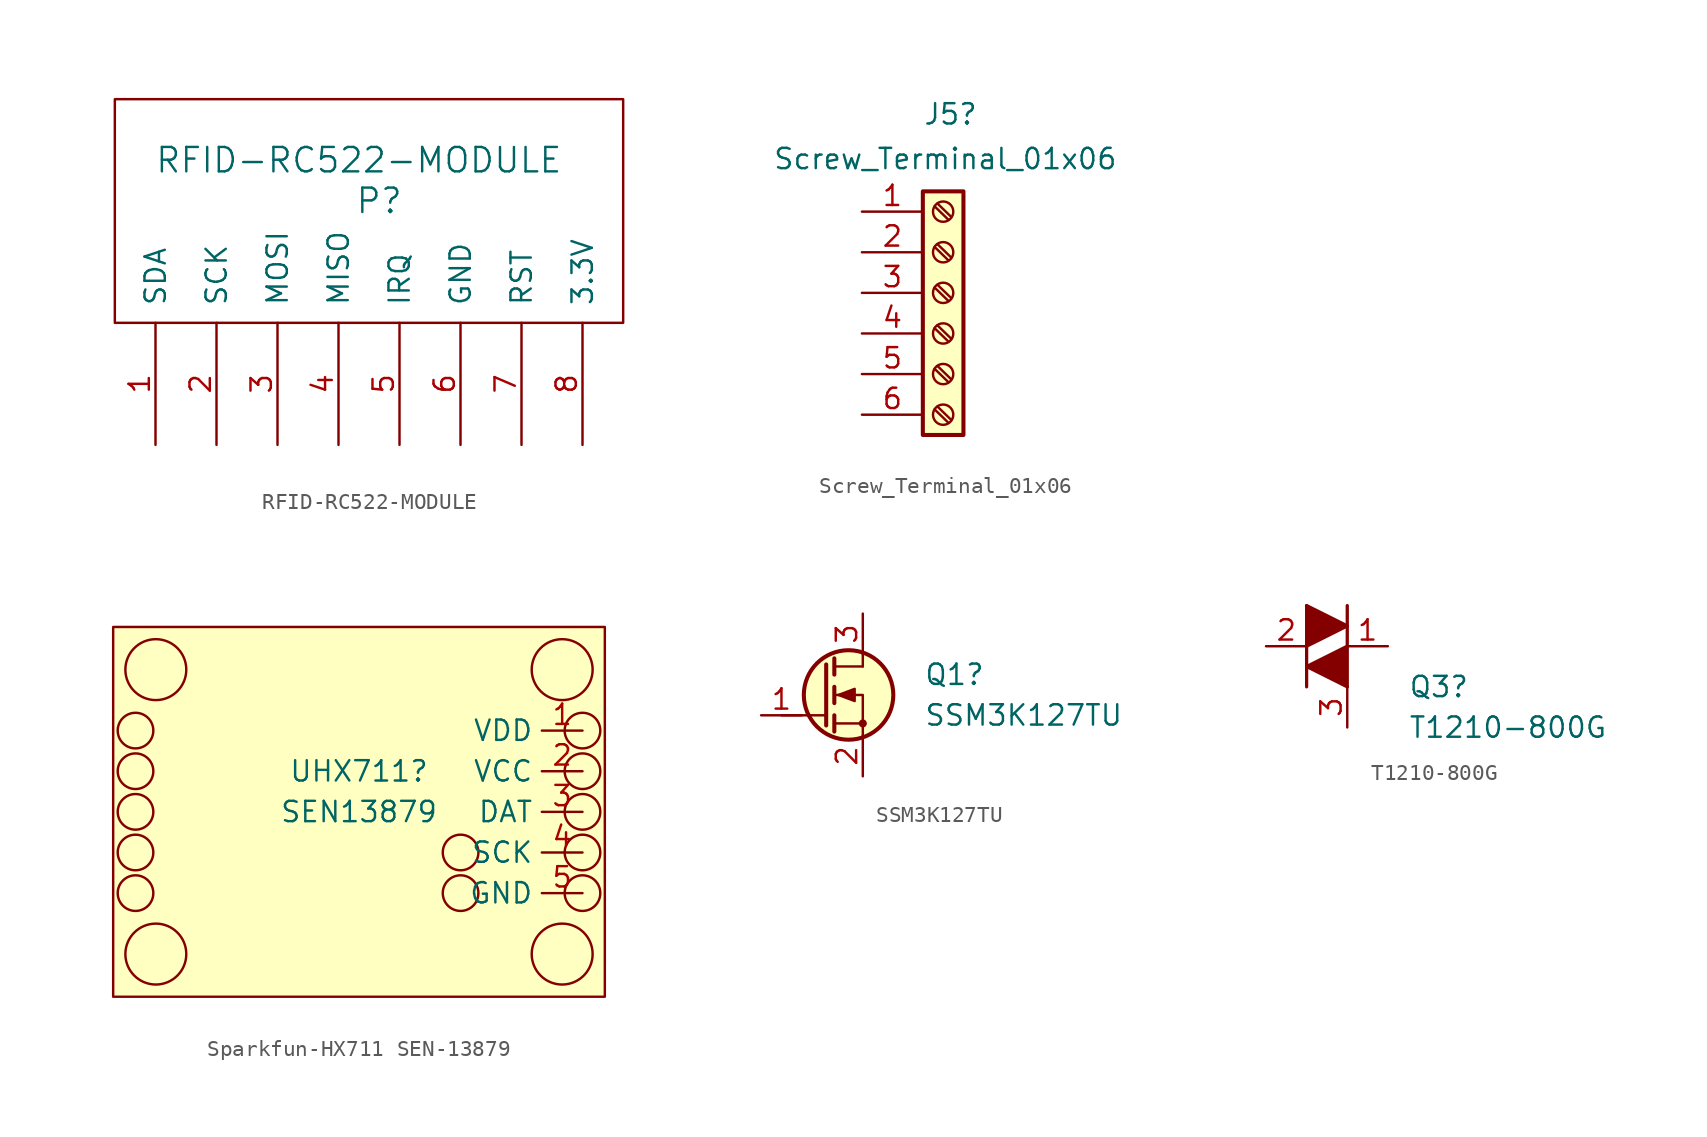
<source format=kicad_sym>
(kicad_symbol_lib
  (version 20231120)
  (generator "kicad_symbol_editor")
  (generator_version "8.0")
  (symbol "RFID-RC522-MODULE"
    (pin_names
      (offset 1.016))
    (property "Reference" "P"
      (at 0 1.27 0)
      (effects (font (size 1.524 1.524))))
    (property "Value" "RFID-RC522-MODULE"
      (at -1.27 3.81 0)
      (effects (font (size 1.524 1.524))))
    (property "Footprint" ""
      (at 0 0 0)
      (effects (font (size 1.524 1.524))))
    (property "Datasheet" ""
      (at 0 0 0)
      (effects (font (size 1.524 1.524))))
    (symbol "RFID-RC522-MODULE_0_1"
      (rectangle (start -16.51 7.62) (end 15.24 -6.35) (stroke (width 0) (type solid)) (fill (type none))))
    (symbol "RFID-RC522-MODULE_1_1"
      (pin bidirectional line (at -13.97 -13.97 90) (length 7.62) (name "SDA" (effects (font (size 1.27 1.27)))) (number "1" (effects (font (size 1.27 1.27)))))
      (pin input line (at -10.16 -13.97 90) (length 7.62) (name "SCK" (effects (font (size 1.27 1.27)))) (number "2" (effects (font (size 1.27 1.27)))))
      (pin input line (at -6.35 -13.97 90) (length 7.62) (name "MOSI" (effects (font (size 1.27 1.27)))) (number "3" (effects (font (size 1.27 1.27)))))
      (pin tri_state line (at -2.54 -13.97 90) (length 7.62) (name "MISO" (effects (font (size 1.27 1.27)))) (number "4" (effects (font (size 1.27 1.27)))))
      (pin output line (at 1.27 -13.97 90) (length 7.62) (name "IRQ" (effects (font (size 1.27 1.27)))) (number "5" (effects (font (size 1.27 1.27)))))
      (pin power_in line (at 5.08 -13.97 90) (length 7.62) (name "GND" (effects (font (size 1.27 1.27)))) (number "6" (effects (font (size 1.27 1.27)))))
      (pin input line (at 8.89 -13.97 90) (length 7.62) (name "RST" (effects (font (size 1.27 1.27)))) (number "7" (effects (font (size 1.27 1.27)))))
      (pin power_in line (at 12.7 -13.97 90) (length 7.62) (name "3.3V" (effects (font (size 1.27 1.27)))) (number "8" (effects (font (size 1.27 1.27)))))))
  (symbol "Screw_Terminal_01x06"
    (pin_names
      (offset 1.016) hide)
    (property "Reference" "J5"
      (at -1.27 11.176 0)
      (effects (font (size 1.27 1.27)) (justify left)))
    (property "Value" "Screw_Terminal_01x06"
      (at -10.668 8.382 0)
      (effects (font (size 1.27 1.27)) (justify left)))
    (symbol "Screw_Terminal_01x06_1_1"
      (rectangle (start -1.27 6.35) (end 1.27 -8.89) (stroke (width 0.254) (type default)) (fill (type background)))
      (circle (center 0 -7.62) (radius 0.635) (stroke (width 0.152) (type default)) (fill (type none)))
      (circle (center 0 -5.08) (radius 0.635) (stroke (width 0.152) (type default)) (fill (type none)))
      (circle (center 0 -2.54) (radius 0.635) (stroke (width 0.152) (type default)) (fill (type none)))
      (polyline (pts (xy -0.533 -7.29) (xy 0.33 -8.128)) (stroke (width 0.152) (type default)) (fill (type none)))
      (polyline (pts (xy -0.533 -4.75) (xy 0.33 -5.588)) (stroke (width 0.152) (type default)) (fill (type none)))
      (polyline (pts (xy -0.533 -2.21) (xy 0.33 -3.048)) (stroke (width 0.152) (type default)) (fill (type none)))
      (polyline (pts (xy -0.533 0.33) (xy 0.33 -0.508)) (stroke (width 0.152) (type default)) (fill (type none)))
      (polyline (pts (xy -0.533 2.87) (xy 0.33 2.032)) (stroke (width 0.152) (type default)) (fill (type none)))
      (polyline (pts (xy -0.533 5.41) (xy 0.33 4.572)) (stroke (width 0.152) (type default)) (fill (type none)))
      (polyline (pts (xy -0.356 -7.112) (xy 0.508 -7.95)) (stroke (width 0.152) (type default)) (fill (type none)))
      (polyline (pts (xy -0.356 -4.572) (xy 0.508 -5.41)) (stroke (width 0.152) (type default)) (fill (type none)))
      (polyline (pts (xy -0.356 -2.032) (xy 0.508 -2.87)) (stroke (width 0.152) (type default)) (fill (type none)))
      (polyline (pts (xy -0.356 0.508) (xy 0.508 -0.33)) (stroke (width 0.152) (type default)) (fill (type none)))
      (polyline (pts (xy -0.356 3.048) (xy 0.508 2.21)) (stroke (width 0.152) (type default)) (fill (type none)))
      (polyline (pts (xy -0.356 5.588) (xy 0.508 4.75)) (stroke (width 0.152) (type default)) (fill (type none)))
      (circle (center 0 0) (radius 0.635) (stroke (width 0.152) (type default)) (fill (type none)))
      (circle (center 0 2.54) (radius 0.635) (stroke (width 0.152) (type default)) (fill (type none)))
      (circle (center 0 5.08) (radius 0.635) (stroke (width 0.152) (type default)) (fill (type none)))
      (pin passive line (at -5.08 5.08 0) (length 3.81) (name "Pin_1" (effects (font (size 1.27 1.27)))) (number "1" (effects (font (size 1.27 1.27)))))
      (pin passive line (at -5.08 2.54 0) (length 3.81) (name "Pin_2" (effects (font (size 1.27 1.27)))) (number "2" (effects (font (size 1.27 1.27)))))
      (pin passive line (at -5.08 0 0) (length 3.81) (name "Pin_3" (effects (font (size 1.27 1.27)))) (number "3" (effects (font (size 1.27 1.27)))))
      (pin passive line (at -5.08 -2.54 0) (length 3.81) (name "Pin_4" (effects (font (size 1.27 1.27)))) (number "4" (effects (font (size 1.27 1.27)))))
      (pin passive line (at -5.08 -5.08 0) (length 3.81) (name "Pin_5" (effects (font (size 1.27 1.27)))) (number "5" (effects (font (size 1.27 1.27)))))
      (pin passive line (at -5.08 -7.62 0) (length 3.81) (name "Pin_6" (effects (font (size 1.27 1.27)))) (number "6" (effects (font (size 1.27 1.27)))))))
  (symbol "Sparkfun-HX711 SEN-13879"
    (property "Reference" "UHX711"
      (at 0 2.54 0)
      (effects (font (size 1.27 1.27))))
    (property "Value" "SEN13879"
      (at 0 0 0)
      (effects (font (size 1.27 1.27))))
    (symbol "Sparkfun-HX711 SEN-13879_0_1"
      (rectangle (start -15.367 11.557) (end 15.367 -11.557) (stroke (width 0) (type default)) (fill (type background)))
      (circle (center -13.97 -5.08) (radius 1.113) (stroke (width 0) (type default)) (fill (type none)))
      (circle (center -13.97 -2.54) (radius 1.113) (stroke (width 0) (type default)) (fill (type none)))
      (circle (center -13.97 0) (radius 1.113) (stroke (width 0) (type default)) (fill (type none)))
      (circle (center -13.97 2.54) (radius 1.113) (stroke (width 0) (type default)) (fill (type none)))
      (circle (center -13.97 5.08) (radius 1.113) (stroke (width 0) (type default)) (fill (type none)))
      (circle (center -12.7 -8.89) (radius 1.904) (stroke (width 0) (type default)) (fill (type none)))
      (circle (center -12.7 8.89) (radius 1.904) (stroke (width 0) (type default)) (fill (type none)))
      (circle (center 6.35 -5.08) (radius 1.113) (stroke (width 0) (type default)) (fill (type none)))
      (circle (center 6.35 -2.54) (radius 1.113) (stroke (width 0) (type default)) (fill (type none)))
      (circle (center 12.7 -8.89) (radius 1.904) (stroke (width 0) (type default)) (fill (type none)))
      (circle (center 12.7 8.89) (radius 1.904) (stroke (width 0) (type default)) (fill (type none)))
      (circle (center 13.97 -5.08) (radius 1.113) (stroke (width 0) (type default)) (fill (type none)))
      (circle (center 13.97 -2.54) (radius 1.113) (stroke (width 0) (type default)) (fill (type none)))
      (circle (center 13.97 0) (radius 1.113) (stroke (width 0) (type default)) (fill (type none)))
      (circle (center 13.97 2.54) (radius 1.113) (stroke (width 0) (type default)) (fill (type none)))
      (circle (center 13.97 5.08) (radius 1.113) (stroke (width 0) (type default)) (fill (type none))))
    (symbol "Sparkfun-HX711 SEN-13879_1_0"
      (pin power_in line (at 13.97 5.08 180) (length 2.54) (name "VDD" (effects (font (size 1.27 1.27)))) (number "1" (effects (font (size 1.27 1.27)))))
      (pin power_in line (at 13.97 2.54 180) (length 2.54) (name "VCC" (effects (font (size 1.27 1.27)))) (number "2" (effects (font (size 1.27 1.27)))))
      (pin output line (at 13.97 0 180) (length 2.54) (name "DAT" (effects (font (size 1.27 1.27)))) (number "3" (effects (font (size 1.27 1.27)))))
      (pin input line (at 13.97 -2.54 180) (length 2.54) (name "SCK" (effects (font (size 1.27 1.27)))) (number "4" (effects (font (size 1.27 1.27)))))
      (pin power_out line (at 13.97 -5.08 180) (length 2.54) (name "GND" (effects (font (size 1.27 1.27)))) (number "5" (effects (font (size 1.27 1.27)))))))
  (symbol "SSM3K127TU"
    (pin_names hide)
    (property "Reference" "Q1"
      (at 6.35 1.27 0)
      (effects (font (size 1.27 1.27)) (justify left)))
    (property "Value" "SSM3K127TU"
      (at 6.35 -1.27 0)
      (effects (font (size 1.27 1.27)) (justify left)))
    (symbol "SSM3K127TU_0_1"
      (polyline (pts (xy 0.254 -1.27) (xy -2.54 -1.27)) (stroke (width 0) (type default)) (fill (type none)))
      (polyline (pts (xy 0.254 1.905) (xy 0.254 -1.905)) (stroke (width 0.254) (type default)) (fill (type none)))
      (polyline (pts (xy 0.762 -1.778) (xy 2.54 -1.778)) (stroke (width 0) (type default)) (fill (type none)))
      (polyline (pts (xy 0.762 -1.27) (xy 0.762 -2.286)) (stroke (width 0.254) (type default)) (fill (type none)))
      (polyline (pts (xy 0.762 0.508) (xy 0.762 -0.508)) (stroke (width 0.254) (type default)) (fill (type none)))
      (polyline (pts (xy 0.762 2.286) (xy 0.762 1.27)) (stroke (width 0.254) (type default)) (fill (type none)))
      (polyline (pts (xy 2.54 1.778) (xy 0.762 1.778)) (stroke (width 0) (type default)) (fill (type none)))
      (polyline (pts (xy 2.54 2.54) (xy 2.54 1.778)) (stroke (width 0) (type default)) (fill (type none)))
      (polyline (pts (xy 2.54 -2.54) (xy 2.54 0) (xy 0.762 0)) (stroke (width 0) (type default)) (fill (type none)))
      (polyline (pts (xy 1.016 0) (xy 2.032 0.381) (xy 2.032 -0.381) (xy 1.016 0)) (stroke (width 0) (type default)) (fill (type outline)))
      (circle (center 1.651 0) (radius 2.794) (stroke (width 0.254) (type default)) (fill (type background)))
      (circle (center 2.54 -1.778) (radius 0.178) (stroke (width 0) (type default)) (fill (type outline))))
    (symbol "SSM3K127TU_1_1"
      (pin input line (at -3.81 -1.27 0) (length 2.54) (name "G" (effects (font (size 1.27 1.27)))) (number "1" (effects (font (size 1.27 1.27)))))
      (pin passive line (at 2.54 -5.08 90) (length 2.54) (name "S" (effects (font (size 1.27 1.27)))) (number "2" (effects (font (size 1.27 1.27)))))
      (pin passive line (at 2.54 5.08 270) (length 2.54) (name "D" (effects (font (size 1.27 1.27)))) (number "3" (effects (font (size 1.27 1.27)))))))
  (symbol "T1210-800G"
    (pin_names
      (offset 0.002) hide)
    (property "Reference" "Q3"
      (at 3.81 1.27 0)
      (effects (font (size 1.27 1.27)) (justify left)))
    (property "Value" "T1210-800G"
      (at 3.81 -1.27 0)
      (effects (font (size 1.27 1.27)) (justify left)))
    (symbol "T1210-800G_0_1"
      (polyline (pts (xy -2.54 1.27) (xy -2.54 6.35)) (stroke (width 0.203) (type default)) (fill (type none)))
      (polyline (pts (xy 0 6.35) (xy 0 1.27)) (stroke (width 0.203) (type default)) (fill (type none)))
      (polyline (pts (xy -2.54 3.81) (xy 0 5.08) (xy -2.54 6.35)) (stroke (width 0.203) (type default)) (fill (type outline)))
      (polyline (pts (xy 0 1.27) (xy -2.54 2.54) (xy 0 3.81)) (stroke (width 0.203) (type default)) (fill (type outline))))
    (symbol "T1210-800G_1_1"
      (pin passive line (at 2.54 3.81 180) (length 2.54) (name "A1" (effects (font (size 0.635 0.635)))) (number "1" (effects (font (size 1.27 1.27)))))
      (pin passive line (at -5.08 3.81 0) (length 2.54) (name "A2" (effects (font (size 0.635 0.635)))) (number "2" (effects (font (size 1.27 1.27)))))
      (pin input line (at 0 -1.27 90) (length 2.54) (name "G" (effects (font (size 0.635 0.635)))) (number "3" (effects (font (size 1.27 1.27))))))))
</source>
